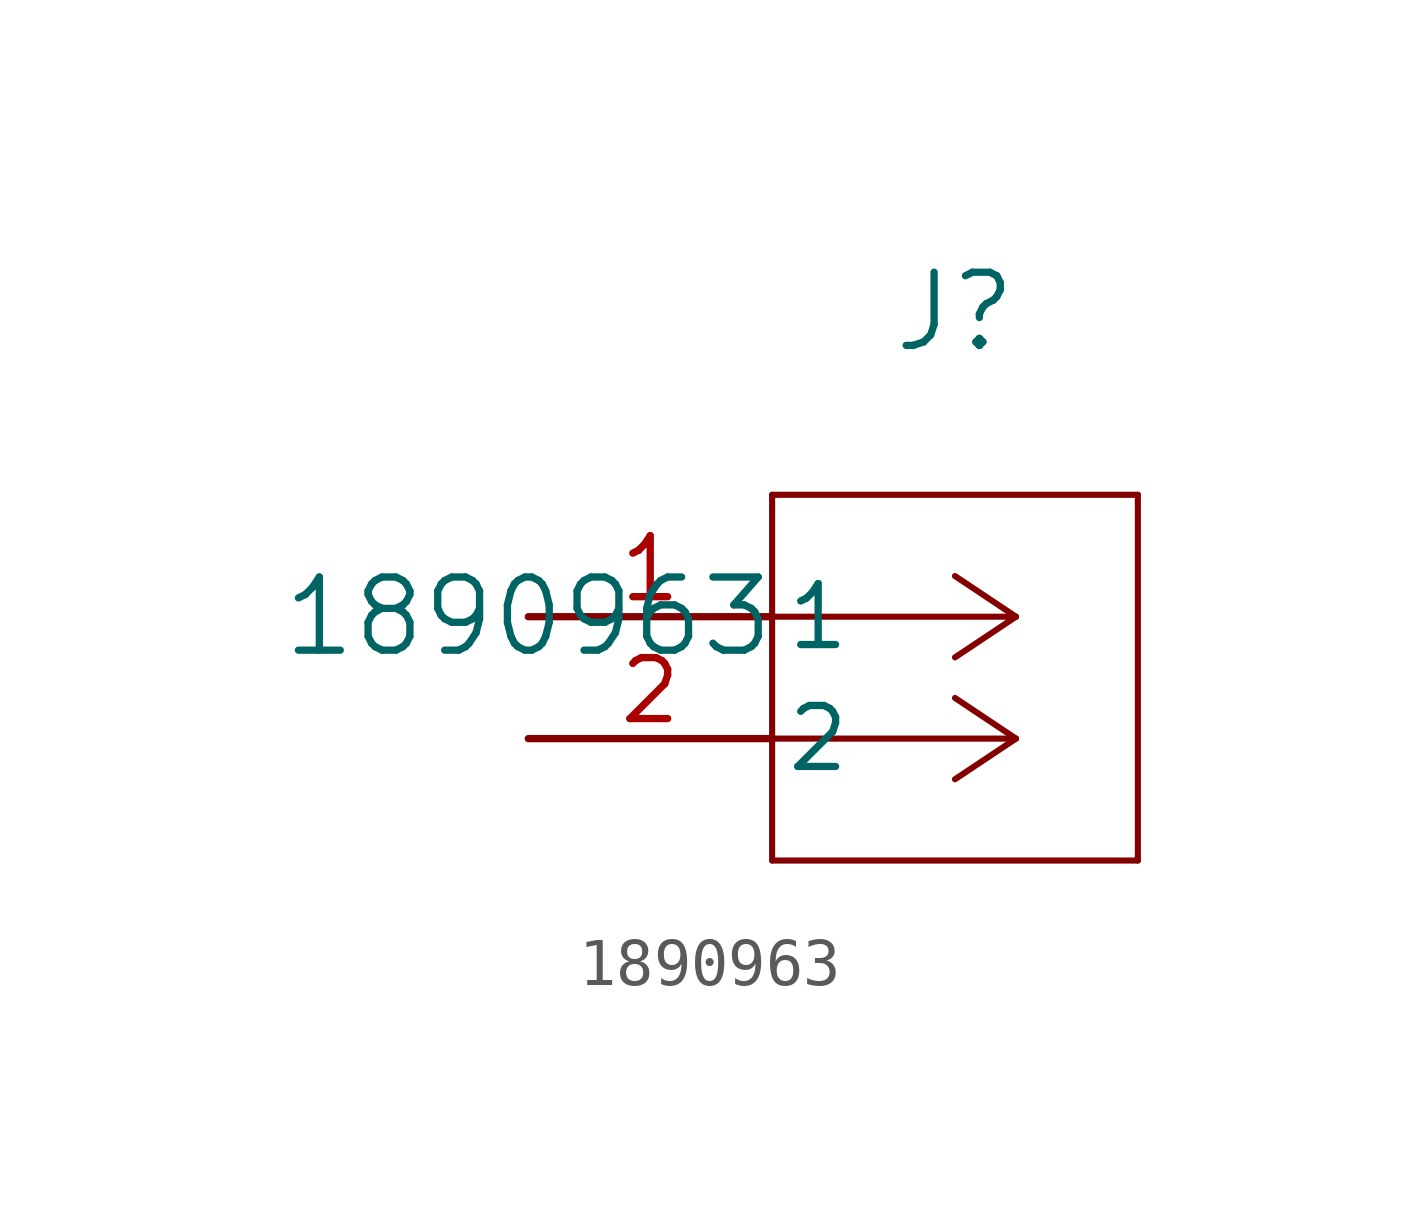
<source format=kicad_sym>
(kicad_symbol_lib
  (version 20211014)
  (generator kicad_symbol_editor)
  (symbol "1890963"
    (pin_names
      (offset 0.254))
    (property "Reference" "J"
      (at 8.89 6.35 0)
      (effects (font (size 1.524 1.524))))
    (property "Value" "1890963"
      (at 0 0 0)
      (effects (font (size 1.524 1.524))))
    (symbol "1890963_0_1"
      (polyline (pts (xy 10.16 0) (xy 5.08 0)) (stroke (width 0.127) (type default) (color 0 0 0 0)) (fill (type none)))
      (polyline (pts (xy 10.16 -2.54) (xy 5.08 -2.54)) (stroke (width 0.127) (type default) (color 0 0 0 0)) (fill (type none)))
      (polyline (pts (xy 10.16 0) (xy 8.89 0.847)) (stroke (width 0.127) (type default) (color 0 0 0 0)) (fill (type none)))
      (polyline (pts (xy 10.16 -2.54) (xy 8.89 -1.693)) (stroke (width 0.127) (type default) (color 0 0 0 0)) (fill (type none)))
      (polyline (pts (xy 10.16 0) (xy 8.89 -0.847)) (stroke (width 0.127) (type default) (color 0 0 0 0)) (fill (type none)))
      (polyline (pts (xy 10.16 -2.54) (xy 8.89 -3.387)) (stroke (width 0.127) (type default) (color 0 0 0 0)) (fill (type none)))
      (polyline (pts (xy 5.08 2.54) (xy 5.08 -5.08)) (stroke (width 0.127) (type default) (color 0 0 0 0)) (fill (type none)))
      (polyline (pts (xy 5.08 -5.08) (xy 12.7 -5.08)) (stroke (width 0.127) (type default) (color 0 0 0 0)) (fill (type none)))
      (polyline (pts (xy 12.7 -5.08) (xy 12.7 2.54)) (stroke (width 0.127) (type default) (color 0 0 0 0)) (fill (type none)))
      (polyline (pts (xy 12.7 2.54) (xy 5.08 2.54)) (stroke (width 0.127) (type default) (color 0 0 0 0)) (fill (type none)))
      (pin unspecified line (at 0 0 0) (length 5.08) (name "1" (effects (font (size 1.27 1.27)))) (number "1" (effects (font (size 1.27 1.27)))))
      (pin unspecified line (at 0 -2.54 0) (length 5.08) (name "2" (effects (font (size 1.27 1.27)))) (number "2" (effects (font (size 1.27 1.27))))))))
</source>
